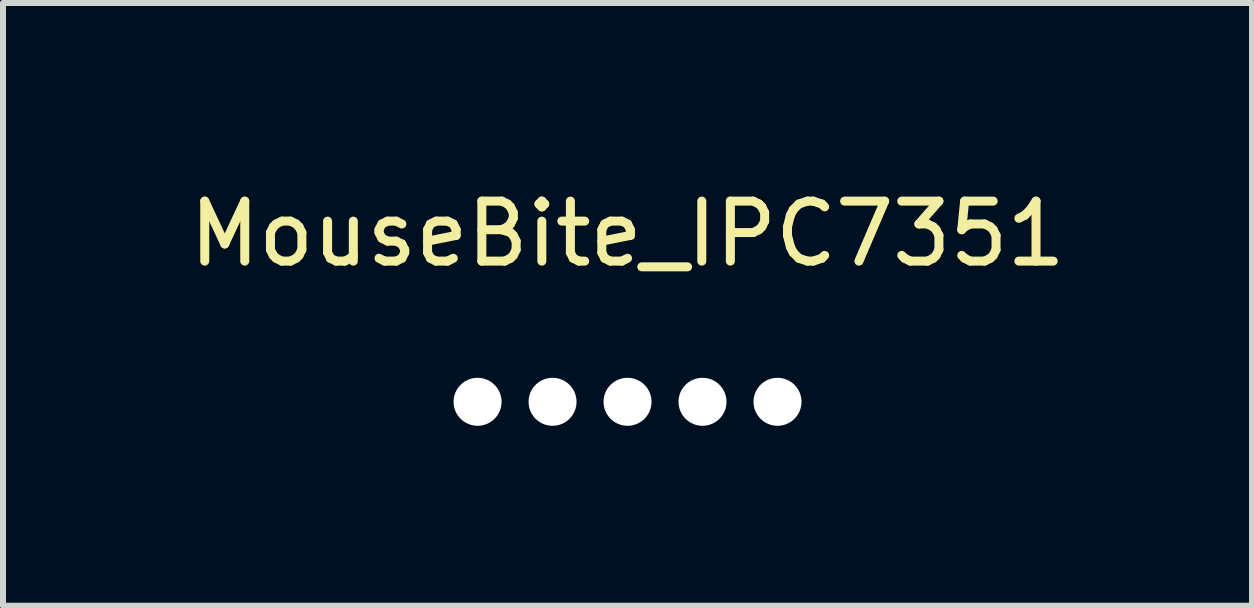
<source format=kicad_pcb>
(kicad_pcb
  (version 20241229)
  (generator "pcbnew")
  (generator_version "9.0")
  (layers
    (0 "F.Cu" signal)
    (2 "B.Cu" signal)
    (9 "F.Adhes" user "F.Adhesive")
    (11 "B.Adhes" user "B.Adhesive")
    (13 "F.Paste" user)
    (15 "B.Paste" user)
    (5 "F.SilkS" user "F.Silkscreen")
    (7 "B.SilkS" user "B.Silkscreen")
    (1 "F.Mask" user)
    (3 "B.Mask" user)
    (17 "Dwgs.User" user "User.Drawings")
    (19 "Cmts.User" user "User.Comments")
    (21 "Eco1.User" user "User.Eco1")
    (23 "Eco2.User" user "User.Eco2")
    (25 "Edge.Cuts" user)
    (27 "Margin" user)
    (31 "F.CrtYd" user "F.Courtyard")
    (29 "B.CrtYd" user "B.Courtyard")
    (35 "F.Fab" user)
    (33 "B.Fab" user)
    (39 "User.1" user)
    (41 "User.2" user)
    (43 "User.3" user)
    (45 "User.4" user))
  (footprint "MouseBite_IPC7351"
    (layer "F.Cu")
    (at 7.411 3.648)
    (property "Reference" "MouseBite_IPC7351" (at 0 -2.8 0) (layer "F.SilkS") (effects (font (size 1 1) (thickness 0.15))))
    (attr through_hole)
    (pad "" np_thru_hole circle (at -2.5 0) (size 0.8 0.8) (drill 0.8) (layers "*.Cu" "*.Mask"))
    (pad "" np_thru_hole circle (at -1.25 0) (size 0.8 0.8) (drill 0.8) (layers "*.Cu" "*.Mask"))
    (pad "" np_thru_hole circle (at 0 0) (size 0.8 0.8) (drill 0.8) (layers "*.Cu" "*.Mask"))
    (pad "" np_thru_hole circle (at 1.25 0) (size 0.8 0.8) (drill 0.8) (layers "*.Cu" "*.Mask"))
    (pad "" np_thru_hole circle (at 2.5 0) (size 0.8 0.8) (drill 0.8) (layers "*.Cu" "*.Mask")))
  (gr_rect
    (start -3 -3)
    (end 17.821 7.048)
    (stroke (width 0.1) (type default))
    (fill no)
    (layer "Edge.Cuts")))
</source>
